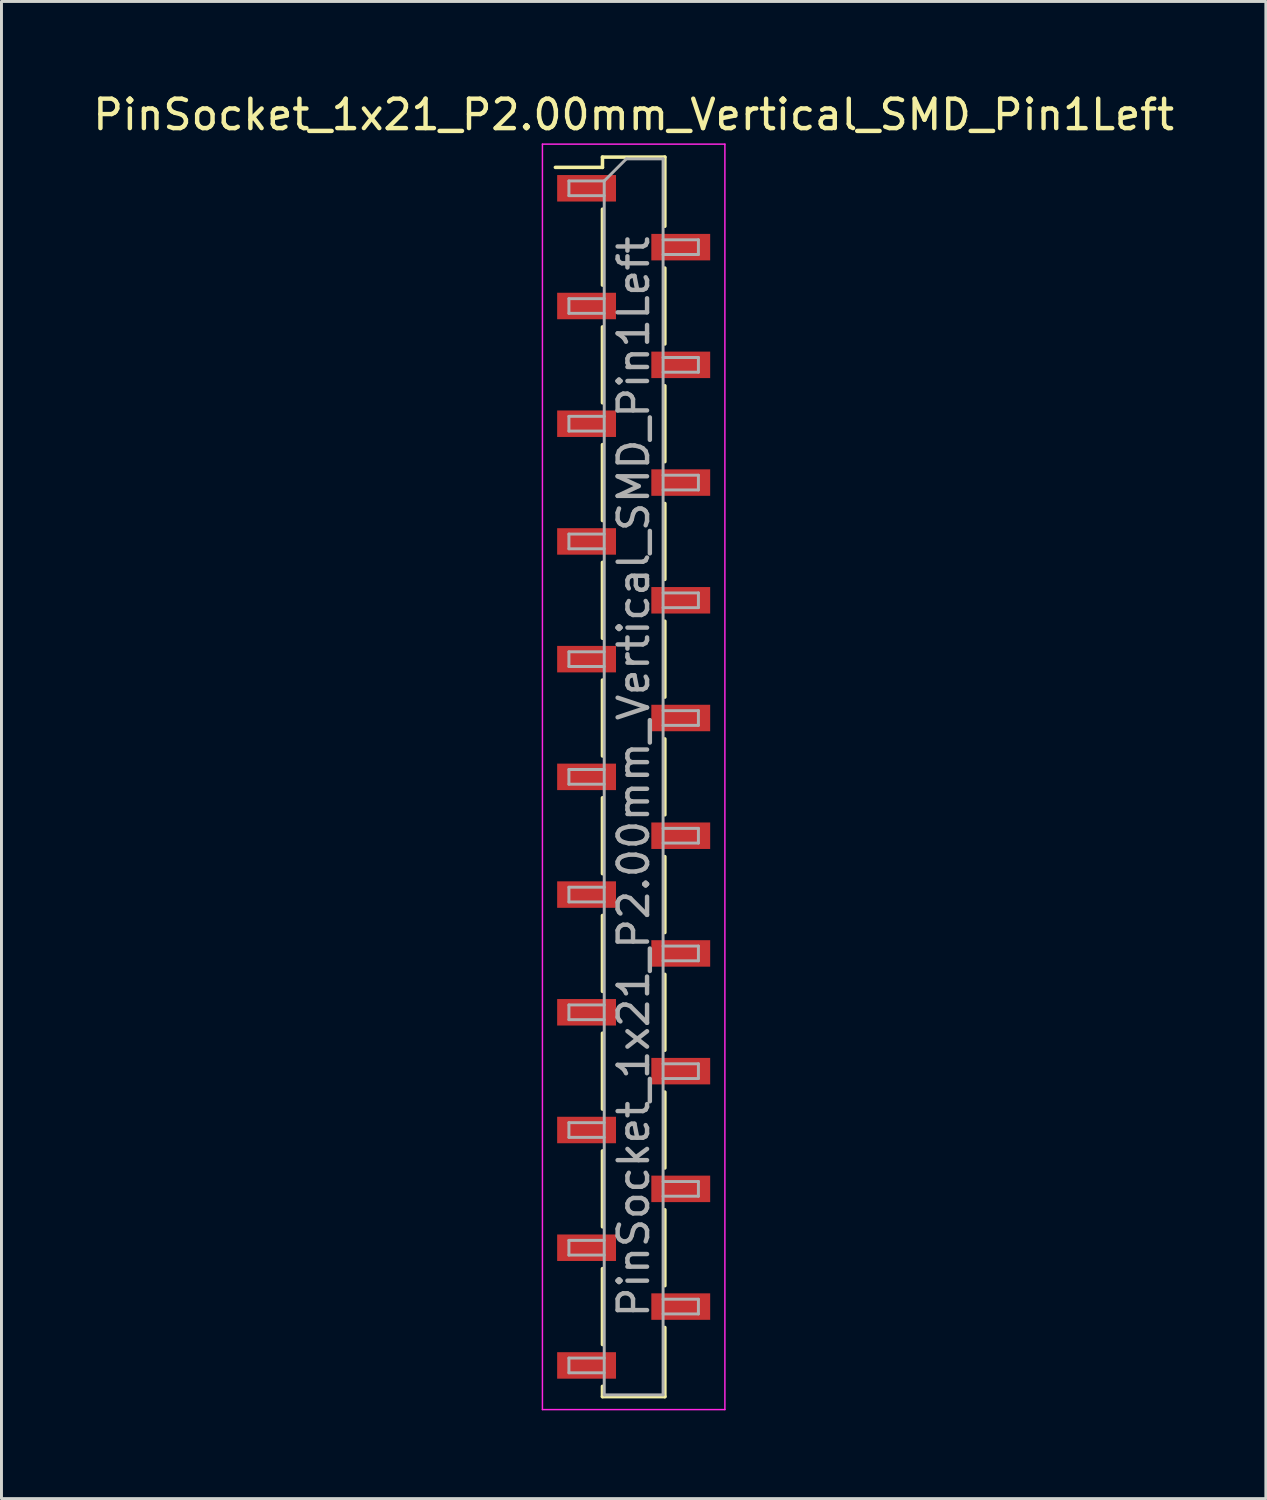
<source format=kicad_pcb>
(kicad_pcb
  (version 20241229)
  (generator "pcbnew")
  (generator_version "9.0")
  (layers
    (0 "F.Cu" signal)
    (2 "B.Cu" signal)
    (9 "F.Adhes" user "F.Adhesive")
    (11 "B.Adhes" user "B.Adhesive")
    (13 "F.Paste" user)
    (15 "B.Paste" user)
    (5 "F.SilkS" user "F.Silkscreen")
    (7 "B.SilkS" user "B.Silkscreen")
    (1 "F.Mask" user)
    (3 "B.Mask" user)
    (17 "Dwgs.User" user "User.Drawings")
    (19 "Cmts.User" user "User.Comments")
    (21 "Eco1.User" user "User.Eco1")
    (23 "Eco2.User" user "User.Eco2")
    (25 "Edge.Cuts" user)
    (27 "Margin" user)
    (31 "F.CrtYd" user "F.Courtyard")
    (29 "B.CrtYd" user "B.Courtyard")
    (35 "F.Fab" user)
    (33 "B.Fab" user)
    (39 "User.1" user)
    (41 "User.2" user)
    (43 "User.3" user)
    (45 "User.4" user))
  (footprint "PinSocket_1x21_P2.00mm_Vertical_SMD_Pin1Left"
    (layer "F.Cu")
    (at 18.482 23.348)
    (property "Reference" "PinSocket_1x21_P2.00mm_Vertical_SMD_Pin1Left" (at 0 -22.5 0) (layer "F.SilkS") (effects (font (size 1 1) (thickness 0.15))))
    (attr smd)
    (fp_line (start -2.66 -20.71) (end -1.06 -20.71) (stroke (width 0.12) (type solid)) (layer "F.SilkS"))
    (fp_line (start -1.06 -21.06) (end 1.06 -21.06) (stroke (width 0.12) (type solid)) (layer "F.SilkS"))
    (fp_line (start -1.06 -20.71) (end -1.06 -21.06) (stroke (width 0.12) (type solid)) (layer "F.SilkS"))
    (fp_line (start -1.06 -19.29) (end -1.06 -16.71) (stroke (width 0.12) (type solid)) (layer "F.SilkS"))
    (fp_line (start -1.06 -15.29) (end -1.06 -12.71) (stroke (width 0.12) (type solid)) (layer "F.SilkS"))
    (fp_line (start -1.06 -11.29) (end -1.06 -8.71) (stroke (width 0.12) (type solid)) (layer "F.SilkS"))
    (fp_line (start -1.06 -7.29) (end -1.06 -4.71) (stroke (width 0.12) (type solid)) (layer "F.SilkS"))
    (fp_line (start -1.06 -3.29) (end -1.06 -0.71) (stroke (width 0.12) (type solid)) (layer "F.SilkS"))
    (fp_line (start -1.06 0.71) (end -1.06 3.29) (stroke (width 0.12) (type solid)) (layer "F.SilkS"))
    (fp_line (start -1.06 4.71) (end -1.06 7.29) (stroke (width 0.12) (type solid)) (layer "F.SilkS"))
    (fp_line (start -1.06 8.71) (end -1.06 11.29) (stroke (width 0.12) (type solid)) (layer "F.SilkS"))
    (fp_line (start -1.06 12.71) (end -1.06 15.29) (stroke (width 0.12) (type solid)) (layer "F.SilkS"))
    (fp_line (start -1.06 16.71) (end -1.06 19.29) (stroke (width 0.12) (type solid)) (layer "F.SilkS"))
    (fp_line (start -1.06 21.06) (end -1.06 20.71) (stroke (width 0.12) (type solid)) (layer "F.SilkS"))
    (fp_line (start 1.06 -21.06) (end 1.06 -18.71) (stroke (width 0.12) (type solid)) (layer "F.SilkS"))
    (fp_line (start 1.06 -17.29) (end 1.06 -14.71) (stroke (width 0.12) (type solid)) (layer "F.SilkS"))
    (fp_line (start 1.06 -13.29) (end 1.06 -10.71) (stroke (width 0.12) (type solid)) (layer "F.SilkS"))
    (fp_line (start 1.06 -9.29) (end 1.06 -6.71) (stroke (width 0.12) (type solid)) (layer "F.SilkS"))
    (fp_line (start 1.06 -5.29) (end 1.06 -2.71) (stroke (width 0.12) (type solid)) (layer "F.SilkS"))
    (fp_line (start 1.06 -1.29) (end 1.06 1.29) (stroke (width 0.12) (type solid)) (layer "F.SilkS"))
    (fp_line (start 1.06 2.71) (end 1.06 5.29) (stroke (width 0.12) (type solid)) (layer "F.SilkS"))
    (fp_line (start 1.06 6.71) (end 1.06 9.29) (stroke (width 0.12) (type solid)) (layer "F.SilkS"))
    (fp_line (start 1.06 10.71) (end 1.06 13.29) (stroke (width 0.12) (type solid)) (layer "F.SilkS"))
    (fp_line (start 1.06 14.71) (end 1.06 17.29) (stroke (width 0.12) (type solid)) (layer "F.SilkS"))
    (fp_line (start 1.06 18.71) (end 1.06 21.06) (stroke (width 0.12) (type solid)) (layer "F.SilkS"))
    (fp_line (start 1.06 21.06) (end -1.06 21.06) (stroke (width 0.12) (type solid)) (layer "F.SilkS"))
    (fp_line (start -3.1 -21.5) (end 3.1 -21.5) (stroke (width 0.05) (type solid)) (layer "F.CrtYd"))
    (fp_line (start -3.1 21.5) (end -3.1 -21.5) (stroke (width 0.05) (type solid)) (layer "F.CrtYd"))
    (fp_line (start 3.1 -21.5) (end 3.1 21.5) (stroke (width 0.05) (type solid)) (layer "F.CrtYd"))
    (fp_line (start 3.1 21.5) (end -3.1 21.5) (stroke (width 0.05) (type solid)) (layer "F.CrtYd"))
    (fp_line (start -2.2 -20.25) (end -1 -20.25) (stroke (width 0.1) (type solid)) (layer "F.Fab"))
    (fp_line (start -2.2 -19.75) (end -2.2 -20.25) (stroke (width 0.1) (type solid)) (layer "F.Fab"))
    (fp_line (start -2.2 -16.25) (end -1 -16.25) (stroke (width 0.1) (type solid)) (layer "F.Fab"))
    (fp_line (start -2.2 -15.75) (end -2.2 -16.25) (stroke (width 0.1) (type solid)) (layer "F.Fab"))
    (fp_line (start -2.2 -12.25) (end -1 -12.25) (stroke (width 0.1) (type solid)) (layer "F.Fab"))
    (fp_line (start -2.2 -11.75) (end -2.2 -12.25) (stroke (width 0.1) (type solid)) (layer "F.Fab"))
    (fp_line (start -2.2 -8.25) (end -1 -8.25) (stroke (width 0.1) (type solid)) (layer "F.Fab"))
    (fp_line (start -2.2 -7.75) (end -2.2 -8.25) (stroke (width 0.1) (type solid)) (layer "F.Fab"))
    (fp_line (start -2.2 -4.25) (end -1 -4.25) (stroke (width 0.1) (type solid)) (layer "F.Fab"))
    (fp_line (start -2.2 -3.75) (end -2.2 -4.25) (stroke (width 0.1) (type solid)) (layer "F.Fab"))
    (fp_line (start -2.2 -0.25) (end -1 -0.25) (stroke (width 0.1) (type solid)) (layer "F.Fab"))
    (fp_line (start -2.2 0.25) (end -2.2 -0.25) (stroke (width 0.1) (type solid)) (layer "F.Fab"))
    (fp_line (start -2.2 3.75) (end -1 3.75) (stroke (width 0.1) (type solid)) (layer "F.Fab"))
    (fp_line (start -2.2 4.25) (end -2.2 3.75) (stroke (width 0.1) (type solid)) (layer "F.Fab"))
    (fp_line (start -2.2 7.75) (end -1 7.75) (stroke (width 0.1) (type solid)) (layer "F.Fab"))
    (fp_line (start -2.2 8.25) (end -2.2 7.75) (stroke (width 0.1) (type solid)) (layer "F.Fab"))
    (fp_line (start -2.2 11.75) (end -1 11.75) (stroke (width 0.1) (type solid)) (layer "F.Fab"))
    (fp_line (start -2.2 12.25) (end -2.2 11.75) (stroke (width 0.1) (type solid)) (layer "F.Fab"))
    (fp_line (start -2.2 15.75) (end -1 15.75) (stroke (width 0.1) (type solid)) (layer "F.Fab"))
    (fp_line (start -2.2 16.25) (end -2.2 15.75) (stroke (width 0.1) (type solid)) (layer "F.Fab"))
    (fp_line (start -2.2 19.75) (end -1 19.75) (stroke (width 0.1) (type solid)) (layer "F.Fab"))
    (fp_line (start -2.2 20.25) (end -2.2 19.75) (stroke (width 0.1) (type solid)) (layer "F.Fab"))
    (fp_line (start -1 -20.25) (end -0.25 -21) (stroke (width 0.1) (type solid)) (layer "F.Fab"))
    (fp_line (start -1 -19.75) (end -2.2 -19.75) (stroke (width 0.1) (type solid)) (layer "F.Fab"))
    (fp_line (start -1 -15.75) (end -2.2 -15.75) (stroke (width 0.1) (type solid)) (layer "F.Fab"))
    (fp_line (start -1 -11.75) (end -2.2 -11.75) (stroke (width 0.1) (type solid)) (layer "F.Fab"))
    (fp_line (start -1 -7.75) (end -2.2 -7.75) (stroke (width 0.1) (type solid)) (layer "F.Fab"))
    (fp_line (start -1 -3.75) (end -2.2 -3.75) (stroke (width 0.1) (type solid)) (layer "F.Fab"))
    (fp_line (start -1 0.25) (end -2.2 0.25) (stroke (width 0.1) (type solid)) (layer "F.Fab"))
    (fp_line (start -1 4.25) (end -2.2 4.25) (stroke (width 0.1) (type solid)) (layer "F.Fab"))
    (fp_line (start -1 8.25) (end -2.2 8.25) (stroke (width 0.1) (type solid)) (layer "F.Fab"))
    (fp_line (start -1 12.25) (end -2.2 12.25) (stroke (width 0.1) (type solid)) (layer "F.Fab"))
    (fp_line (start -1 16.25) (end -2.2 16.25) (stroke (width 0.1) (type solid)) (layer "F.Fab"))
    (fp_line (start -1 20.25) (end -2.2 20.25) (stroke (width 0.1) (type solid)) (layer "F.Fab"))
    (fp_line (start -1 21) (end -1 -20.25) (stroke (width 0.1) (type solid)) (layer "F.Fab"))
    (fp_line (start -0.25 -21) (end 1 -21) (stroke (width 0.1) (type solid)) (layer "F.Fab"))
    (fp_line (start 1 -21) (end 1 21) (stroke (width 0.1) (type solid)) (layer "F.Fab"))
    (fp_line (start 1 -18.25) (end 2.2 -18.25) (stroke (width 0.1) (type solid)) (layer "F.Fab"))
    (fp_line (start 1 -14.25) (end 2.2 -14.25) (stroke (width 0.1) (type solid)) (layer "F.Fab"))
    (fp_line (start 1 -10.25) (end 2.2 -10.25) (stroke (width 0.1) (type solid)) (layer "F.Fab"))
    (fp_line (start 1 -6.25) (end 2.2 -6.25) (stroke (width 0.1) (type solid)) (layer "F.Fab"))
    (fp_line (start 1 -2.25) (end 2.2 -2.25) (stroke (width 0.1) (type solid)) (layer "F.Fab"))
    (fp_line (start 1 1.75) (end 2.2 1.75) (stroke (width 0.1) (type solid)) (layer "F.Fab"))
    (fp_line (start 1 5.75) (end 2.2 5.75) (stroke (width 0.1) (type solid)) (layer "F.Fab"))
    (fp_line (start 1 9.75) (end 2.2 9.75) (stroke (width 0.1) (type solid)) (layer "F.Fab"))
    (fp_line (start 1 13.75) (end 2.2 13.75) (stroke (width 0.1) (type solid)) (layer "F.Fab"))
    (fp_line (start 1 17.75) (end 2.2 17.75) (stroke (width 0.1) (type solid)) (layer "F.Fab"))
    (fp_line (start 1 21) (end -1 21) (stroke (width 0.1) (type solid)) (layer "F.Fab"))
    (fp_line (start 2.2 -18.25) (end 2.2 -17.75) (stroke (width 0.1) (type solid)) (layer "F.Fab"))
    (fp_line (start 2.2 -17.75) (end 1 -17.75) (stroke (width 0.1) (type solid)) (layer "F.Fab"))
    (fp_line (start 2.2 -14.25) (end 2.2 -13.75) (stroke (width 0.1) (type solid)) (layer "F.Fab"))
    (fp_line (start 2.2 -13.75) (end 1 -13.75) (stroke (width 0.1) (type solid)) (layer "F.Fab"))
    (fp_line (start 2.2 -10.25) (end 2.2 -9.75) (stroke (width 0.1) (type solid)) (layer "F.Fab"))
    (fp_line (start 2.2 -9.75) (end 1 -9.75) (stroke (width 0.1) (type solid)) (layer "F.Fab"))
    (fp_line (start 2.2 -6.25) (end 2.2 -5.75) (stroke (width 0.1) (type solid)) (layer "F.Fab"))
    (fp_line (start 2.2 -5.75) (end 1 -5.75) (stroke (width 0.1) (type solid)) (layer "F.Fab"))
    (fp_line (start 2.2 -2.25) (end 2.2 -1.75) (stroke (width 0.1) (type solid)) (layer "F.Fab"))
    (fp_line (start 2.2 -1.75) (end 1 -1.75) (stroke (width 0.1) (type solid)) (layer "F.Fab"))
    (fp_line (start 2.2 1.75) (end 2.2 2.25) (stroke (width 0.1) (type solid)) (layer "F.Fab"))
    (fp_line (start 2.2 2.25) (end 1 2.25) (stroke (width 0.1) (type solid)) (layer "F.Fab"))
    (fp_line (start 2.2 5.75) (end 2.2 6.25) (stroke (width 0.1) (type solid)) (layer "F.Fab"))
    (fp_line (start 2.2 6.25) (end 1 6.25) (stroke (width 0.1) (type solid)) (layer "F.Fab"))
    (fp_line (start 2.2 9.75) (end 2.2 10.25) (stroke (width 0.1) (type solid)) (layer "F.Fab"))
    (fp_line (start 2.2 10.25) (end 1 10.25) (stroke (width 0.1) (type solid)) (layer "F.Fab"))
    (fp_line (start 2.2 13.75) (end 2.2 14.25) (stroke (width 0.1) (type solid)) (layer "F.Fab"))
    (fp_line (start 2.2 14.25) (end 1 14.25) (stroke (width 0.1) (type solid)) (layer "F.Fab"))
    (fp_line (start 2.2 17.75) (end 2.2 18.25) (stroke (width 0.1) (type solid)) (layer "F.Fab"))
    (fp_line (start 2.2 18.25) (end 1 18.25) (stroke (width 0.1) (type solid)) (layer "F.Fab"))
    (fp_text user "${REFERENCE}" (at 0 0 90) (layer "F.Fab") (effects (font (size 1 1) (thickness 0.15))))
    (pad "1" smd rect (at -1.6 -20) (size 2 0.9) (layers "F.Cu" "F.Mask" "F.Paste"))
    (pad "2" smd rect (at 1.6 -18) (size 2 0.9) (layers "F.Cu" "F.Mask" "F.Paste"))
    (pad "3" smd rect (at -1.6 -16) (size 2 0.9) (layers "F.Cu" "F.Mask" "F.Paste"))
    (pad "4" smd rect (at 1.6 -14) (size 2 0.9) (layers "F.Cu" "F.Mask" "F.Paste"))
    (pad "5" smd rect (at -1.6 -12) (size 2 0.9) (layers "F.Cu" "F.Mask" "F.Paste"))
    (pad "6" smd rect (at 1.6 -10) (size 2 0.9) (layers "F.Cu" "F.Mask" "F.Paste"))
    (pad "7" smd rect (at -1.6 -8) (size 2 0.9) (layers "F.Cu" "F.Mask" "F.Paste"))
    (pad "8" smd rect (at 1.6 -6) (size 2 0.9) (layers "F.Cu" "F.Mask" "F.Paste"))
    (pad "9" smd rect (at -1.6 -4) (size 2 0.9) (layers "F.Cu" "F.Mask" "F.Paste"))
    (pad "10" smd rect (at 1.6 -2) (size 2 0.9) (layers "F.Cu" "F.Mask" "F.Paste"))
    (pad "11" smd rect (at -1.6 0) (size 2 0.9) (layers "F.Cu" "F.Mask" "F.Paste"))
    (pad "12" smd rect (at 1.6 2) (size 2 0.9) (layers "F.Cu" "F.Mask" "F.Paste"))
    (pad "13" smd rect (at -1.6 4) (size 2 0.9) (layers "F.Cu" "F.Mask" "F.Paste"))
    (pad "14" smd rect (at 1.6 6) (size 2 0.9) (layers "F.Cu" "F.Mask" "F.Paste"))
    (pad "15" smd rect (at -1.6 8) (size 2 0.9) (layers "F.Cu" "F.Mask" "F.Paste"))
    (pad "16" smd rect (at 1.6 10) (size 2 0.9) (layers "F.Cu" "F.Mask" "F.Paste"))
    (pad "17" smd rect (at -1.6 12) (size 2 0.9) (layers "F.Cu" "F.Mask" "F.Paste"))
    (pad "18" smd rect (at 1.6 14) (size 2 0.9) (layers "F.Cu" "F.Mask" "F.Paste"))
    (pad "19" smd rect (at -1.6 16) (size 2 0.9) (layers "F.Cu" "F.Mask" "F.Paste"))
    (pad "20" smd rect (at 1.6 18) (size 2 0.9) (layers "F.Cu" "F.Mask" "F.Paste"))
    (pad "21" smd rect (at -1.6 20) (size 2 0.9) (layers "F.Cu" "F.Mask" "F.Paste")))
  (gr_rect
    (start -3 -3)
    (end 39.964 47.873)
    (stroke (width 0.1) (type default))
    (fill no)
    (layer "Edge.Cuts")))
</source>
